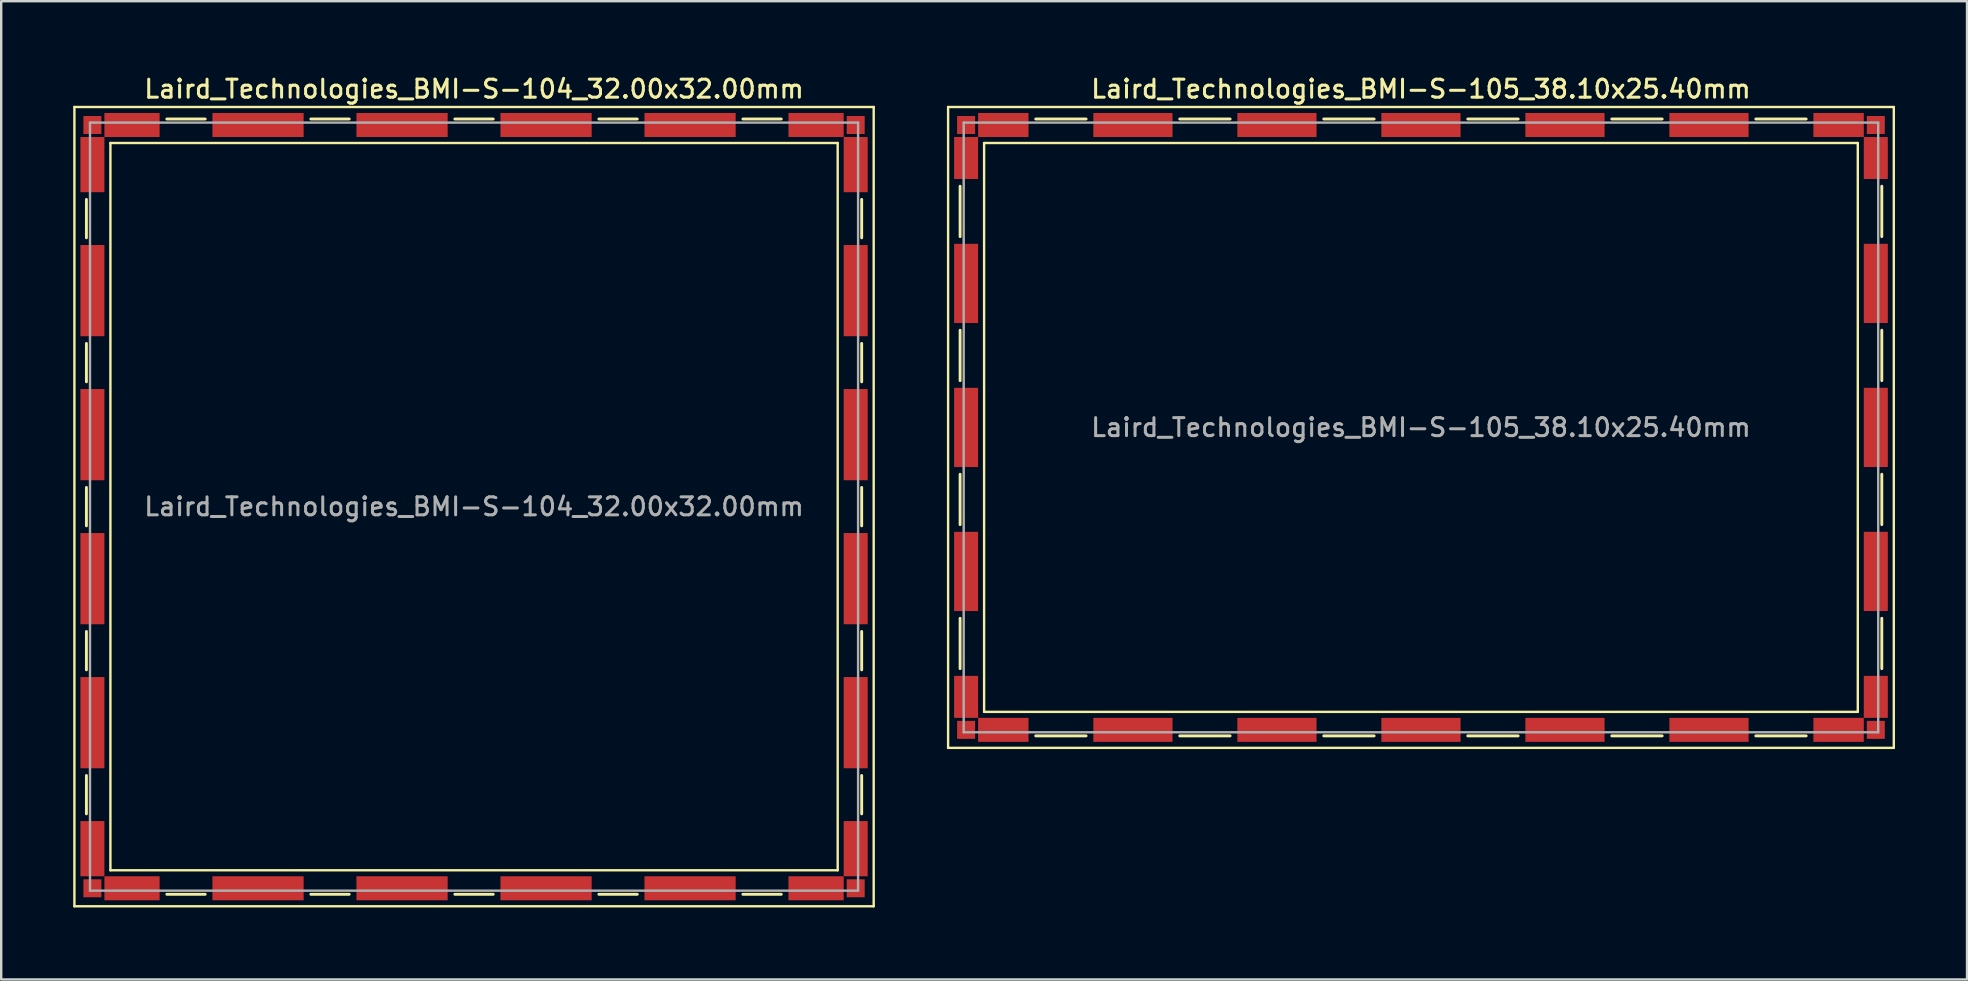
<source format=kicad_pcb>
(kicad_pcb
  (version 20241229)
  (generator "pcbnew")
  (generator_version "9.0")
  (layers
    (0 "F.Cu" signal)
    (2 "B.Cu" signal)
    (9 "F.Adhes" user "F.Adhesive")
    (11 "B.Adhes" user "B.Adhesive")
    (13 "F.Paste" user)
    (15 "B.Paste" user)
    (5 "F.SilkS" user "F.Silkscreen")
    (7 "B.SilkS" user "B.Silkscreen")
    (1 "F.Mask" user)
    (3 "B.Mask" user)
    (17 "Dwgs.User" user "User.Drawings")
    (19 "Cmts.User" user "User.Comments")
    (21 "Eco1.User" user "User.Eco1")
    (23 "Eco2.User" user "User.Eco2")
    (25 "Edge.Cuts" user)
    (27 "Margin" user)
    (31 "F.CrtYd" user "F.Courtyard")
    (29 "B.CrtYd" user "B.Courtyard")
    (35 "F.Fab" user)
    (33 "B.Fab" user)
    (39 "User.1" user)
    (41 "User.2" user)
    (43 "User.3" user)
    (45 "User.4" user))
  (footprint "Laird_Technologies_BMI-S-104_32.00x32.00mm"
    (layer "F.Cu")
    (at 16.7 18.058)
    (property "Reference" "Laird_Technologies_BMI-S-104_32.00x32.00mm" (at 0 -17.4 0) (layer "F.SilkS") (effects (font (size 0.75 0.75) (thickness 0.125))))
    (attr smd)
    (fp_line (start -16.65 -16.65) (end -16.65 16.65) (stroke (width 0.1) (type solid)) (layer "F.SilkS"))
    (fp_line (start -16.65 16.65) (end 16.65 16.65) (stroke (width 0.1) (type solid)) (layer "F.SilkS"))
    (fp_line (start -16.15 -12.8) (end -16.15 -11.2) (stroke (width 0.12) (type solid)) (layer "F.SilkS"))
    (fp_line (start -16.15 -6.8) (end -16.15 -5.2) (stroke (width 0.12) (type solid)) (layer "F.SilkS"))
    (fp_line (start -16.15 -0.8) (end -16.15 0.8) (stroke (width 0.12) (type solid)) (layer "F.SilkS"))
    (fp_line (start -16.15 5.2) (end -16.15 6.8) (stroke (width 0.12) (type solid)) (layer "F.SilkS"))
    (fp_line (start -16.15 11.2) (end -16.15 12.8) (stroke (width 0.12) (type solid)) (layer "F.SilkS"))
    (fp_line (start -15.15 -15.15) (end -15.15 15.15) (stroke (width 0.1) (type solid)) (layer "F.SilkS"))
    (fp_line (start -12.8 -16.15) (end -11.2 -16.15) (stroke (width 0.12) (type solid)) (layer "F.SilkS"))
    (fp_line (start -12.8 16.15) (end -11.2 16.15) (stroke (width 0.12) (type solid)) (layer "F.SilkS"))
    (fp_line (start -6.8 -16.15) (end -5.2 -16.15) (stroke (width 0.12) (type solid)) (layer "F.SilkS"))
    (fp_line (start -6.8 16.15) (end -5.2 16.15) (stroke (width 0.12) (type solid)) (layer "F.SilkS"))
    (fp_line (start -0.8 -16.15) (end 0.8 -16.15) (stroke (width 0.12) (type solid)) (layer "F.SilkS"))
    (fp_line (start -0.8 16.15) (end 0.8 16.15) (stroke (width 0.12) (type solid)) (layer "F.SilkS"))
    (fp_line (start 5.2 -16.15) (end 6.8 -16.15) (stroke (width 0.12) (type solid)) (layer "F.SilkS"))
    (fp_line (start 5.2 16.15) (end 6.8 16.15) (stroke (width 0.12) (type solid)) (layer "F.SilkS"))
    (fp_line (start 11.2 -16.15) (end 12.8 -16.15) (stroke (width 0.12) (type solid)) (layer "F.SilkS"))
    (fp_line (start 11.2 16.15) (end 12.8 16.15) (stroke (width 0.12) (type solid)) (layer "F.SilkS"))
    (fp_line (start 15.15 -15.15) (end -15.15 -15.15) (stroke (width 0.1) (type solid)) (layer "F.SilkS"))
    (fp_line (start 15.15 -15.15) (end 15.15 15.15) (stroke (width 0.1) (type solid)) (layer "F.SilkS"))
    (fp_line (start 15.15 15.15) (end -15.15 15.15) (stroke (width 0.1) (type solid)) (layer "F.SilkS"))
    (fp_line (start 16.15 -12.8) (end 16.15 -11.2) (stroke (width 0.12) (type solid)) (layer "F.SilkS"))
    (fp_line (start 16.15 -6.8) (end 16.15 -5.2) (stroke (width 0.12) (type solid)) (layer "F.SilkS"))
    (fp_line (start 16.15 -0.8) (end 16.15 0.8) (stroke (width 0.12) (type solid)) (layer "F.SilkS"))
    (fp_line (start 16.15 5.2) (end 16.15 6.8) (stroke (width 0.12) (type solid)) (layer "F.SilkS"))
    (fp_line (start 16.15 11.2) (end 16.15 12.8) (stroke (width 0.12) (type solid)) (layer "F.SilkS"))
    (fp_line (start 16.65 -16.65) (end -16.65 -16.65) (stroke (width 0.1) (type solid)) (layer "F.SilkS"))
    (fp_line (start 16.65 16.65) (end 16.65 -16.65) (stroke (width 0.1) (type solid)) (layer "F.SilkS"))
    (fp_line (start -16 -16) (end -16 16) (stroke (width 0.1) (type solid)) (layer "F.Fab"))
    (fp_line (start -16 16) (end 16 16) (stroke (width 0.1) (type solid)) (layer "F.Fab"))
    (fp_line (start 16 -16) (end -16 -16) (stroke (width 0.1) (type solid)) (layer "F.Fab"))
    (fp_line (start 16 16) (end 16 -16) (stroke (width 0.1) (type solid)) (layer "F.Fab"))
    (fp_text user "${REFERENCE}" (at 0 0 0) (layer "F.Fab") (effects (font (size 0.75 0.75) (thickness 0.125))))
    (pad "1" smd rect (at -15.9 -15.9) (size 0.75 0.75) (layers "F.Cu" "F.Mask" "F.Paste"))
    (pad "1" smd rect (at -15.9 -14.25) (size 1 2.3) (layers "F.Cu" "F.Mask" "F.Paste"))
    (pad "1" smd rect (at -15.9 -9) (size 1 3.8) (layers "F.Cu" "F.Mask" "F.Paste"))
    (pad "1" smd rect (at -15.9 -3) (size 1 3.8) (layers "F.Cu" "F.Mask" "F.Paste"))
    (pad "1" smd rect (at -15.9 3) (size 1 3.8) (layers "F.Cu" "F.Mask" "F.Paste"))
    (pad "1" smd rect (at -15.9 9) (size 1 3.8) (layers "F.Cu" "F.Mask" "F.Paste"))
    (pad "1" smd rect (at -15.9 14.25) (size 1 2.3) (layers "F.Cu" "F.Mask" "F.Paste"))
    (pad "1" smd rect (at -15.9 15.9) (size 0.75 0.75) (layers "F.Cu" "F.Mask" "F.Paste"))
    (pad "1" smd rect (at -14.25 -15.9) (size 2.3 1) (layers "F.Cu" "F.Mask" "F.Paste"))
    (pad "1" smd rect (at -14.25 15.9) (size 2.3 1) (layers "F.Cu" "F.Mask" "F.Paste"))
    (pad "1" smd rect (at -9 -15.9) (size 3.8 1) (layers "F.Cu" "F.Mask" "F.Paste"))
    (pad "1" smd rect (at -9 15.9) (size 3.8 1) (layers "F.Cu" "F.Mask" "F.Paste"))
    (pad "1" smd rect (at -3 -15.9) (size 3.8 1) (layers "F.Cu" "F.Mask" "F.Paste"))
    (pad "1" smd rect (at -3 15.9) (size 3.8 1) (layers "F.Cu" "F.Mask" "F.Paste"))
    (pad "1" smd rect (at 3 -15.9) (size 3.8 1) (layers "F.Cu" "F.Mask" "F.Paste"))
    (pad "1" smd rect (at 3 15.9) (size 3.8 1) (layers "F.Cu" "F.Mask" "F.Paste"))
    (pad "1" smd rect (at 9 -15.9) (size 3.8 1) (layers "F.Cu" "F.Mask" "F.Paste"))
    (pad "1" smd rect (at 9 15.9) (size 3.8 1) (layers "F.Cu" "F.Mask" "F.Paste"))
    (pad "1" smd rect (at 14.25 -15.9) (size 2.3 1) (layers "F.Cu" "F.Mask" "F.Paste"))
    (pad "1" smd rect (at 14.25 15.9) (size 2.3 1) (layers "F.Cu" "F.Mask" "F.Paste"))
    (pad "1" smd rect (at 15.9 -15.9) (size 0.75 0.75) (layers "F.Cu" "F.Mask" "F.Paste"))
    (pad "1" smd rect (at 15.9 -14.25) (size 1 2.3) (layers "F.Cu" "F.Mask" "F.Paste"))
    (pad "1" smd rect (at 15.9 -9) (size 1 3.8) (layers "F.Cu" "F.Mask" "F.Paste"))
    (pad "1" smd rect (at 15.9 -3) (size 1 3.8) (layers "F.Cu" "F.Mask" "F.Paste"))
    (pad "1" smd rect (at 15.9 3) (size 1 3.8) (layers "F.Cu" "F.Mask" "F.Paste"))
    (pad "1" smd rect (at 15.9 9) (size 1 3.8) (layers "F.Cu" "F.Mask" "F.Paste"))
    (pad "1" smd rect (at 15.9 14.25) (size 1 2.3) (layers "F.Cu" "F.Mask" "F.Paste"))
    (pad "1" smd rect (at 15.9 15.9) (size 0.75 0.75) (layers "F.Cu" "F.Mask" "F.Paste")))
  (footprint "Laird_Technologies_BMI-S-105_38.10x25.40mm"
    (layer "F.Cu")
    (at 56.15 14.758)
    (property "Reference" "Laird_Technologies_BMI-S-105_38.10x25.40mm" (at 0 -14.1 0) (layer "F.SilkS") (effects (font (size 0.75 0.75) (thickness 0.125))))
    (attr smd)
    (fp_line (start -19.7 -13.35) (end -19.7 13.35) (stroke (width 0.1) (type solid)) (layer "F.SilkS"))
    (fp_line (start -19.7 13.35) (end 19.7 13.35) (stroke (width 0.1) (type solid)) (layer "F.SilkS"))
    (fp_line (start -19.2 -10.05) (end -19.2 -7.95) (stroke (width 0.12) (type solid)) (layer "F.SilkS"))
    (fp_line (start -19.2 -4.05) (end -19.2 -1.95) (stroke (width 0.12) (type solid)) (layer "F.SilkS"))
    (fp_line (start -19.2 1.95) (end -19.2 4.05) (stroke (width 0.12) (type solid)) (layer "F.SilkS"))
    (fp_line (start -19.2 7.95) (end -19.2 10.05) (stroke (width 0.12) (type solid)) (layer "F.SilkS"))
    (fp_line (start -18.2 -11.85) (end -18.2 11.85) (stroke (width 0.1) (type solid)) (layer "F.SilkS"))
    (fp_line (start -16.05 -12.85) (end -13.95 -12.85) (stroke (width 0.12) (type solid)) (layer "F.SilkS"))
    (fp_line (start -16.05 12.85) (end -13.95 12.85) (stroke (width 0.12) (type solid)) (layer "F.SilkS"))
    (fp_line (start -10.05 -12.85) (end -7.95 -12.85) (stroke (width 0.12) (type solid)) (layer "F.SilkS"))
    (fp_line (start -10.05 12.85) (end -7.95 12.85) (stroke (width 0.12) (type solid)) (layer "F.SilkS"))
    (fp_line (start -4.05 -12.85) (end -1.95 -12.85) (stroke (width 0.12) (type solid)) (layer "F.SilkS"))
    (fp_line (start -4.05 12.85) (end -1.95 12.85) (stroke (width 0.12) (type solid)) (layer "F.SilkS"))
    (fp_line (start 1.95 -12.85) (end 4.05 -12.85) (stroke (width 0.12) (type solid)) (layer "F.SilkS"))
    (fp_line (start 1.95 12.85) (end 4.05 12.85) (stroke (width 0.12) (type solid)) (layer "F.SilkS"))
    (fp_line (start 7.95 -12.85) (end 10.05 -12.85) (stroke (width 0.12) (type solid)) (layer "F.SilkS"))
    (fp_line (start 7.95 12.85) (end 10.05 12.85) (stroke (width 0.12) (type solid)) (layer "F.SilkS"))
    (fp_line (start 13.95 -12.85) (end 16.05 -12.85) (stroke (width 0.12) (type solid)) (layer "F.SilkS"))
    (fp_line (start 13.95 12.85) (end 16.05 12.85) (stroke (width 0.12) (type solid)) (layer "F.SilkS"))
    (fp_line (start 18.2 -11.85) (end -18.2 -11.85) (stroke (width 0.1) (type solid)) (layer "F.SilkS"))
    (fp_line (start 18.2 -11.85) (end 18.2 11.85) (stroke (width 0.1) (type solid)) (layer "F.SilkS"))
    (fp_line (start 18.2 11.85) (end -18.2 11.85) (stroke (width 0.1) (type solid)) (layer "F.SilkS"))
    (fp_line (start 19.2 -10.05) (end 19.2 -7.95) (stroke (width 0.12) (type solid)) (layer "F.SilkS"))
    (fp_line (start 19.2 -4.05) (end 19.2 -1.95) (stroke (width 0.12) (type solid)) (layer "F.SilkS"))
    (fp_line (start 19.2 1.95) (end 19.2 4.05) (stroke (width 0.12) (type solid)) (layer "F.SilkS"))
    (fp_line (start 19.2 7.95) (end 19.2 10.05) (stroke (width 0.12) (type solid)) (layer "F.SilkS"))
    (fp_line (start 19.7 -13.35) (end -19.7 -13.35) (stroke (width 0.1) (type solid)) (layer "F.SilkS"))
    (fp_line (start 19.7 13.35) (end 19.7 -13.35) (stroke (width 0.1) (type solid)) (layer "F.SilkS"))
    (fp_line (start -19.05 -12.7) (end -19.05 12.7) (stroke (width 0.1) (type solid)) (layer "F.Fab"))
    (fp_line (start -19.05 12.7) (end 19.05 12.7) (stroke (width 0.1) (type solid)) (layer "F.Fab"))
    (fp_line (start 19.05 -12.7) (end -19.05 -12.7) (stroke (width 0.1) (type solid)) (layer "F.Fab"))
    (fp_line (start 19.05 12.7) (end 19.05 -12.7) (stroke (width 0.1) (type solid)) (layer "F.Fab"))
    (fp_text user "${REFERENCE}" (at 0 0 0) (layer "F.Fab") (effects (font (size 0.75 0.75) (thickness 0.125))))
    (pad "1" smd rect (at -18.95 -12.6) (size 0.75 0.75) (layers "F.Cu" "F.Mask" "F.Paste"))
    (pad "1" smd rect (at -18.95 -11.225) (size 1 1.75) (layers "F.Cu" "F.Mask" "F.Paste"))
    (pad "1" smd rect (at -18.95 -6) (size 1 3.3) (layers "F.Cu" "F.Mask" "F.Paste"))
    (pad "1" smd rect (at -18.95 0) (size 1 3.3) (layers "F.Cu" "F.Mask" "F.Paste"))
    (pad "1" smd rect (at -18.95 6) (size 1 3.3) (layers "F.Cu" "F.Mask" "F.Paste"))
    (pad "1" smd rect (at -18.95 11.225) (size 1 1.75) (layers "F.Cu" "F.Mask" "F.Paste"))
    (pad "1" smd rect (at -18.95 12.6) (size 0.75 0.75) (layers "F.Cu" "F.Mask" "F.Paste"))
    (pad "1" smd rect (at -17.4 -12.6) (size 2.1 1) (layers "F.Cu" "F.Mask" "F.Paste"))
    (pad "1" smd rect (at -17.4 12.6) (size 2.1 1) (layers "F.Cu" "F.Mask" "F.Paste"))
    (pad "1" smd rect (at -12 -12.6) (size 3.3 1) (layers "F.Cu" "F.Mask" "F.Paste"))
    (pad "1" smd rect (at -12 12.6) (size 3.3 1) (layers "F.Cu" "F.Mask" "F.Paste"))
    (pad "1" smd rect (at -6 -12.6) (size 3.3 1) (layers "F.Cu" "F.Mask" "F.Paste"))
    (pad "1" smd rect (at -6 12.6) (size 3.3 1) (layers "F.Cu" "F.Mask" "F.Paste"))
    (pad "1" smd rect (at 0 -12.6) (size 3.3 1) (layers "F.Cu" "F.Mask" "F.Paste"))
    (pad "1" smd rect (at 0 12.6) (size 3.3 1) (layers "F.Cu" "F.Mask" "F.Paste"))
    (pad "1" smd rect (at 6 -12.6) (size 3.3 1) (layers "F.Cu" "F.Mask" "F.Paste"))
    (pad "1" smd rect (at 6 12.6) (size 3.3 1) (layers "F.Cu" "F.Mask" "F.Paste"))
    (pad "1" smd rect (at 12 -12.6) (size 3.3 1) (layers "F.Cu" "F.Mask" "F.Paste"))
    (pad "1" smd rect (at 12 12.6) (size 3.3 1) (layers "F.Cu" "F.Mask" "F.Paste"))
    (pad "1" smd rect (at 17.4 -12.6) (size 2.1 1) (layers "F.Cu" "F.Mask" "F.Paste"))
    (pad "1" smd rect (at 17.4 12.6) (size 2.1 1) (layers "F.Cu" "F.Mask" "F.Paste"))
    (pad "1" smd rect (at 18.95 -12.6) (size 0.75 0.75) (layers "F.Cu" "F.Mask" "F.Paste"))
    (pad "1" smd rect (at 18.95 -11.225) (size 1 1.75) (layers "F.Cu" "F.Mask" "F.Paste"))
    (pad "1" smd rect (at 18.95 -6) (size 1 3.3) (layers "F.Cu" "F.Mask" "F.Paste"))
    (pad "1" smd rect (at 18.95 0) (size 1 3.3) (layers "F.Cu" "F.Mask" "F.Paste"))
    (pad "1" smd rect (at 18.95 6) (size 1 3.3) (layers "F.Cu" "F.Mask" "F.Paste"))
    (pad "1" smd rect (at 18.95 11.225) (size 1 1.75) (layers "F.Cu" "F.Mask" "F.Paste"))
    (pad "1" smd rect (at 18.95 12.6) (size 0.75 0.75) (layers "F.Cu" "F.Mask" "F.Paste")))
  (gr_rect
    (start -3 -3)
    (end 78.9 37.758)
    (stroke (width 0.1) (type default))
    (fill no)
    (layer "Edge.Cuts")))
</source>
